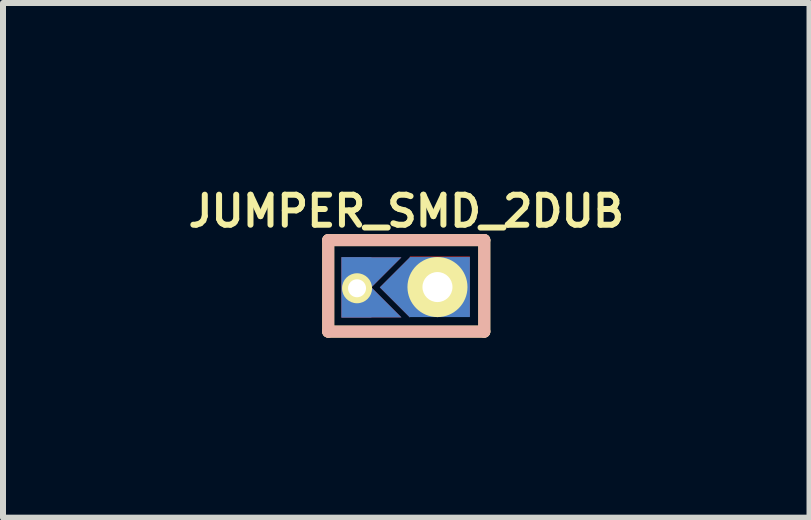
<source format=kicad_pcb>
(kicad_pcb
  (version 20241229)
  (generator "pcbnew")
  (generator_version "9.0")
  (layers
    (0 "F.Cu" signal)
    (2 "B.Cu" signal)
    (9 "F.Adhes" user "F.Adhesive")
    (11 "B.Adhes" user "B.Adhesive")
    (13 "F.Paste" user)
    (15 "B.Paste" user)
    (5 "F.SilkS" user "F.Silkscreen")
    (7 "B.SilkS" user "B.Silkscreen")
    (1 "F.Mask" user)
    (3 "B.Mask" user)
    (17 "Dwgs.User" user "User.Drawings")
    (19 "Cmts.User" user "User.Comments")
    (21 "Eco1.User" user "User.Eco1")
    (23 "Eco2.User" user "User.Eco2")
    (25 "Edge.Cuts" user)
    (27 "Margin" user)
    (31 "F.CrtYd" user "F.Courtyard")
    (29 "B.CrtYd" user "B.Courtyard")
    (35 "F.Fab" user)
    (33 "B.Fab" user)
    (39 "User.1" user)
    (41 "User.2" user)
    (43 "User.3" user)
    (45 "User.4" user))
  (footprint "JUMPER_SMD_2DUB"
    (layer "F.Cu")
    (at 3.719 1.713)
    (property "Reference" "JUMPER_SMD_2DUB" (at 0 -1.245 0) (layer "F.SilkS") (effects (font (size 0.5 0.5) (thickness 0.1))))
    (attr through_hole)
    (fp_line (start -1.3 -0.762) (end 1.3 -0.762) (stroke (width 0.2) (type solid)) (layer "F.SilkS"))
    (fp_line (start -1.3 0.762) (end -1.3 -0.762) (stroke (width 0.2) (type solid)) (layer "F.SilkS"))
    (fp_line (start 1.3 -0.762) (end 1.3 0.762) (stroke (width 0.2) (type solid)) (layer "F.SilkS"))
    (fp_line (start 1.3 0.762) (end -1.3 0.762) (stroke (width 0.2) (type solid)) (layer "F.SilkS"))
    (fp_line (start -1.3 -0.762) (end 1.3 -0.762) (stroke (width 0.2) (type solid)) (layer "B.SilkS"))
    (fp_line (start -1.3 0.762) (end -1.3 -0.762) (stroke (width 0.2) (type solid)) (layer "B.SilkS"))
    (fp_line (start 1.3 -0.762) (end 1.3 0.762) (stroke (width 0.2) (type solid)) (layer "B.SilkS"))
    (fp_line (start 1.3 0.762) (end -1.3 0.762) (stroke (width 0.2) (type solid)) (layer "B.SilkS"))
    (pad "1" smd rect (at -0.831 0.025 180) (size 0.5 1) (layers "F.Cu" "F.Mask" "F.Paste"))
    (pad "1" smd rect (at -0.831 0.025 180) (size 0.5 1) (layers "B.Cu" "B.Mask" "B.Paste"))
    (pad "1" thru_hole circle (at -0.82 0.04) (size 0.5 0.5) (drill 0.3) (layers "*.Cu" "*.Mask" "F.SilkS"))
    (pad "1" smd trapezoid (at -0.581 -0.225 180) (size 0.5 0.5) (rect_delta 0 0.5) (layers "F.Cu" "F.Mask" "F.Paste"))
    (pad "1" smd trapezoid (at -0.581 -0.225 180) (size 0.5 0.5) (rect_delta 0 0.5) (layers "B.Cu" "B.Mask" "B.Paste"))
    (pad "1" smd trapezoid (at -0.581 0.275) (size 0.5 0.5) (rect_delta 0 0.5) (layers "F.Cu" "F.Mask" "F.Paste"))
    (pad "1" smd trapezoid (at -0.581 0.275) (size 0.5 0.5) (rect_delta 0 0.5) (layers "B.Cu" "B.Mask" "B.Paste"))
    (pad "2" smd rect (at 0.059 0.025 45) (size 0.707 0.707) (layers "F.Cu" "F.Mask" "F.Paste"))
    (pad "2" smd rect (at 0.059 0.025 45) (size 0.707 0.707) (layers "B.Cu" "B.Mask" "B.Paste"))
    (pad "2" thru_hole circle (at 0.52 0.02) (size 1 1) (drill 0.5) (layers "*.Cu" "*.Mask" "F.SilkS"))
    (pad "2" smd rect (at 0.56 0.01) (size 1 1) (layers "F.Cu" "F.Mask" "F.Paste"))
    (pad "2" smd rect (at 0.56 0.02) (size 1 1) (layers "B.Cu" "B.Mask" "B.Paste")))
  (gr_rect
    (start -3 -3)
    (end 10.438 5.575)
    (stroke (width 0.1) (type default))
    (fill no)
    (layer "Edge.Cuts")))
</source>
